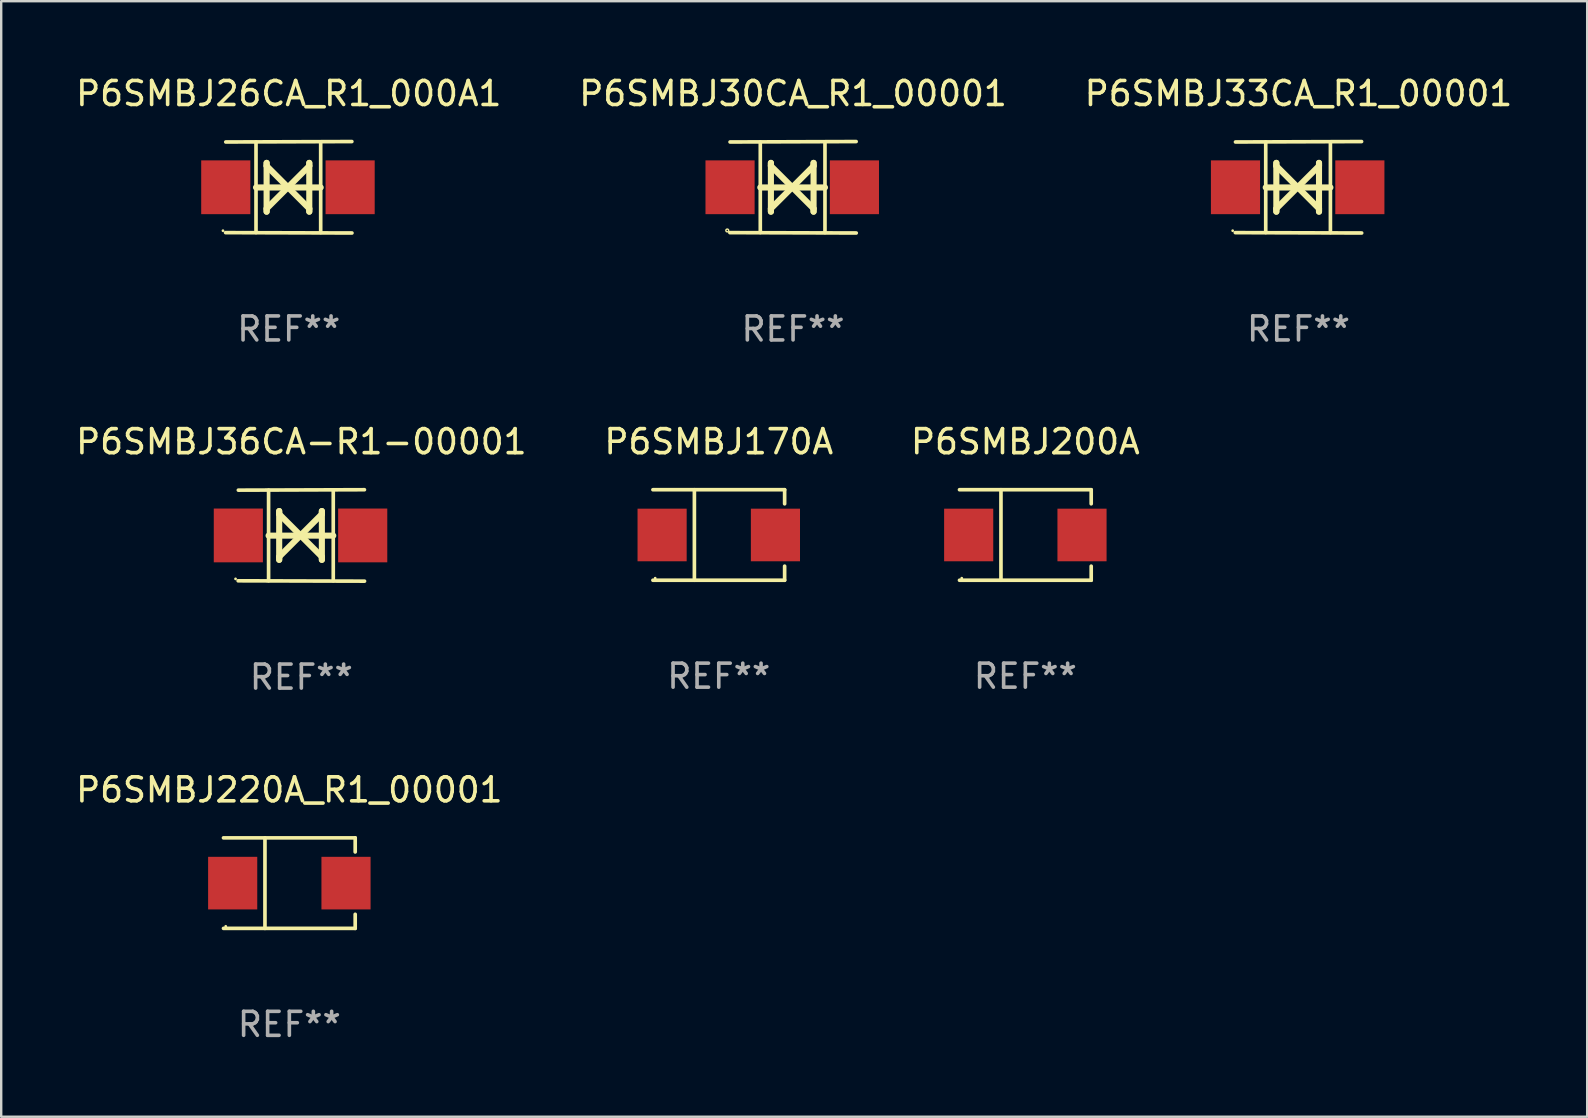
<source format=kicad_pcb>
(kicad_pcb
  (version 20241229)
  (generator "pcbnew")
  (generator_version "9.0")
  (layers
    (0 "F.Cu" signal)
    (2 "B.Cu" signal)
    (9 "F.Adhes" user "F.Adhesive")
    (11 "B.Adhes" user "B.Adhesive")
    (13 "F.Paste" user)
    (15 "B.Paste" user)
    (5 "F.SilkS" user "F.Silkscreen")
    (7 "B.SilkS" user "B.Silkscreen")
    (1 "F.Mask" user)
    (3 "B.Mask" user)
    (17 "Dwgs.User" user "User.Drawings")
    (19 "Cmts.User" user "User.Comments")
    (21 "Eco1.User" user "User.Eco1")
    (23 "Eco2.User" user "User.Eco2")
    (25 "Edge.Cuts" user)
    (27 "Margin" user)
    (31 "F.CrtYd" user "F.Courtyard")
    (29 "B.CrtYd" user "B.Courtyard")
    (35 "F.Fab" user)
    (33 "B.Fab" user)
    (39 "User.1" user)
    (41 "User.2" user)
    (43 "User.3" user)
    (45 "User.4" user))
  (footprint "P6SMBJ200A"
    (layer "F.Cu")
    (at 39.673 19.241)
    (property "Reference" "P6SMBJ200A" (at 0 -3.886 0) (layer "F.SilkS") (effects (font (size 1 1) (thickness 0.15))))
    (attr through_hole)
    (fp_line (start -2.744 -1.886) (end 2.744 -1.886) (stroke (width 0.152) (type solid)) (layer "F.SilkS"))
    (fp_line (start -2.744 1.886) (end 2.744 1.886) (stroke (width 0.152) (type solid)) (layer "F.SilkS"))
    (fp_line (start -1.016 -1.886) (end -1.016 1.886) (stroke (width 0.152) (type solid)) (layer "F.SilkS"))
    (fp_line (start 2.744 -1.886) (end 2.744 -1.299) (stroke (width 0.152) (type solid)) (layer "F.SilkS"))
    (fp_line (start 2.744 1.886) (end 2.744 1.299) (stroke (width 0.152) (type solid)) (layer "F.SilkS"))
    (fp_circle (center -2.65 1.8) (end -2.62 1.8) (stroke (width 0.06) (type solid)) (fill no) (layer "F.SilkS"))
    (fp_text user "REF**" (at 0 5.886 0) (layer "F.Fab") (effects (font (size 1 1) (thickness 0.15))))
    (pad "1" smd rect (at -2.361 0) (size 2.047 2.192) (layers "F.Cu" "F.Mask" "F.Paste"))
    (pad "2" smd rect (at 2.361 0) (size 2.047 2.192) (layers "F.Cu" "F.Mask" "F.Paste")))
  (footprint "P6SMBJ220A_R1_00001"
    (layer "F.Cu")
    (at 9.006 33.747)
    (property "Reference" "P6SMBJ220A_R1_00001" (at 0 -3.886 0) (layer "F.SilkS") (effects (font (size 1 1) (thickness 0.15))))
    (attr through_hole)
    (fp_line (start -2.744 -1.886) (end 2.744 -1.886) (stroke (width 0.152) (type solid)) (layer "F.SilkS"))
    (fp_line (start -2.744 1.886) (end 2.744 1.886) (stroke (width 0.152) (type solid)) (layer "F.SilkS"))
    (fp_line (start -1.016 -1.886) (end -1.016 1.886) (stroke (width 0.152) (type solid)) (layer "F.SilkS"))
    (fp_line (start 2.744 -1.886) (end 2.744 -1.299) (stroke (width 0.152) (type solid)) (layer "F.SilkS"))
    (fp_line (start 2.744 1.886) (end 2.744 1.299) (stroke (width 0.152) (type solid)) (layer "F.SilkS"))
    (fp_circle (center -2.65 1.8) (end -2.62 1.8) (stroke (width 0.06) (type solid)) (fill no) (layer "F.SilkS"))
    (fp_text user "REF**" (at 0 5.886 0) (layer "F.Fab") (effects (font (size 1 1) (thickness 0.15))))
    (pad "1" smd rect (at -2.361 0) (size 2.047 2.192) (layers "F.Cu" "F.Mask" "F.Paste"))
    (pad "2" smd rect (at 2.361 0) (size 2.047 2.192) (layers "F.Cu" "F.Mask" "F.Paste")))
  (footprint "P6SMBJ26CA_R1_000A1"
    (layer "F.Cu")
    (at 8.982 4.753)
    (property "Reference" "P6SMBJ26CA_R1_000A1" (at 0 -3.905 0) (layer "F.SilkS") (effects (font (size 1 1) (thickness 0.15))))
    (attr through_hole)
    (fp_line (start -1.365 1.886) (end -1.365 -1.886) (stroke (width 0.152) (type solid)) (layer "F.SilkS"))
    (fp_line (start -1.365 0.008) (end 1.33 0.008) (stroke (width 0.254) (type solid)) (layer "F.SilkS"))
    (fp_line (start -0.923 -1.016) (end -0.923 1.016) (stroke (width 0.254) (type solid)) (layer "F.SilkS"))
    (fp_line (start -0.923 -0.889) (end -0.923 -1.016) (stroke (width 0.254) (type solid)) (layer "F.SilkS"))
    (fp_line (start -0.923 0.889) (end -0.034 0) (stroke (width 0.254) (type solid)) (layer "F.SilkS"))
    (fp_line (start -0.923 1.016) (end -0.923 0.889) (stroke (width 0.254) (type solid)) (layer "F.SilkS"))
    (fp_line (start -0.034 0) (end -0.923 -0.889) (stroke (width 0.254) (type solid)) (layer "F.SilkS"))
    (fp_line (start -0.034 0) (end 0.855 0.889) (stroke (width 0.254) (type solid)) (layer "F.SilkS"))
    (fp_line (start 0.855 -1.016) (end 0.855 -0.889) (stroke (width 0.254) (type solid)) (layer "F.SilkS"))
    (fp_line (start 0.855 -0.889) (end -0.034 0) (stroke (width 0.254) (type solid)) (layer "F.SilkS"))
    (fp_line (start 0.855 0.889) (end 0.855 1.016) (stroke (width 0.254) (type solid)) (layer "F.SilkS"))
    (fp_line (start 0.855 1.016) (end 0.855 -1.016) (stroke (width 0.254) (type solid)) (layer "F.SilkS"))
    (fp_line (start 1.33 1.886) (end 1.33 -1.886) (stroke (width 0.152) (type solid)) (layer "F.SilkS"))
    (fp_line (start 2.629 -1.905) (end -2.625 -1.887) (stroke (width 0.152) (type solid)) (layer "F.SilkS"))
    (fp_line (start 2.633 1.905) (end -2.633 1.89) (stroke (width 0.152) (type solid)) (layer "F.SilkS"))
    (fp_circle (center -2.741 1.81) (end -2.711 1.81) (stroke (width 0.06) (type solid)) (fill no) (layer "F.SilkS"))
    (fp_text user "REF**" (at 0 5.905 0) (layer "F.Fab") (effects (font (size 1 1) (thickness 0.15))))
    (pad "1" smd rect (at -2.625 0) (size 2.047 2.241) (layers "F.Cu" "F.Mask" "F.Paste"))
    (pad "2" smd rect (at 2.557 0) (size 2.047 2.241) (layers "F.Cu" "F.Mask" "F.Paste")))
  (footprint "P6SMBJ33CA_R1_00001"
    (layer "F.Cu")
    (at 51.054 4.753)
    (property "Reference" "P6SMBJ33CA_R1_00001" (at 0 -3.905 0) (layer "F.SilkS") (effects (font (size 1 1) (thickness 0.15))))
    (attr through_hole)
    (fp_line (start -1.365 1.886) (end -1.365 -1.886) (stroke (width 0.152) (type solid)) (layer "F.SilkS"))
    (fp_line (start -1.365 0.008) (end 1.33 0.008) (stroke (width 0.254) (type solid)) (layer "F.SilkS"))
    (fp_line (start -0.923 -1.016) (end -0.923 1.016) (stroke (width 0.254) (type solid)) (layer "F.SilkS"))
    (fp_line (start -0.923 -0.889) (end -0.923 -1.016) (stroke (width 0.254) (type solid)) (layer "F.SilkS"))
    (fp_line (start -0.923 0.889) (end -0.034 0) (stroke (width 0.254) (type solid)) (layer "F.SilkS"))
    (fp_line (start -0.923 1.016) (end -0.923 0.889) (stroke (width 0.254) (type solid)) (layer "F.SilkS"))
    (fp_line (start -0.034 0) (end -0.923 -0.889) (stroke (width 0.254) (type solid)) (layer "F.SilkS"))
    (fp_line (start -0.034 0) (end 0.855 0.889) (stroke (width 0.254) (type solid)) (layer "F.SilkS"))
    (fp_line (start 0.855 -1.016) (end 0.855 -0.889) (stroke (width 0.254) (type solid)) (layer "F.SilkS"))
    (fp_line (start 0.855 -0.889) (end -0.034 0) (stroke (width 0.254) (type solid)) (layer "F.SilkS"))
    (fp_line (start 0.855 0.889) (end 0.855 1.016) (stroke (width 0.254) (type solid)) (layer "F.SilkS"))
    (fp_line (start 0.855 1.016) (end 0.855 -1.016) (stroke (width 0.254) (type solid)) (layer "F.SilkS"))
    (fp_line (start 1.33 1.886) (end 1.33 -1.886) (stroke (width 0.152) (type solid)) (layer "F.SilkS"))
    (fp_line (start 2.629 -1.905) (end -2.625 -1.887) (stroke (width 0.152) (type solid)) (layer "F.SilkS"))
    (fp_line (start 2.633 1.905) (end -2.633 1.89) (stroke (width 0.152) (type solid)) (layer "F.SilkS"))
    (fp_circle (center -2.741 1.81) (end -2.711 1.81) (stroke (width 0.06) (type solid)) (fill no) (layer "F.SilkS"))
    (fp_text user "REF**" (at 0 5.905 0) (layer "F.Fab") (effects (font (size 1 1) (thickness 0.15))))
    (pad "1" smd rect (at -2.625 0) (size 2.047 2.241) (layers "F.Cu" "F.Mask" "F.Paste"))
    (pad "2" smd rect (at 2.557 0) (size 2.047 2.241) (layers "F.Cu" "F.Mask" "F.Paste")))
  (footprint "P6SMBJ30CA_R1_00001"
    (layer "F.Cu")
    (at 29.994 4.753)
    (property "Reference" "P6SMBJ30CA_R1_00001" (at 0 -3.905 0) (layer "F.SilkS") (effects (font (size 1 1) (thickness 0.15))))
    (attr through_hole)
    (fp_line (start -1.365 1.886) (end -1.365 -1.886) (stroke (width 0.152) (type solid)) (layer "F.SilkS"))
    (fp_line (start -1.365 0.008) (end 1.33 0.008) (stroke (width 0.254) (type solid)) (layer "F.SilkS"))
    (fp_line (start -0.923 -1.016) (end -0.923 1.016) (stroke (width 0.254) (type solid)) (layer "F.SilkS"))
    (fp_line (start -0.923 -0.889) (end -0.923 -1.016) (stroke (width 0.254) (type solid)) (layer "F.SilkS"))
    (fp_line (start -0.923 0.889) (end -0.034 0) (stroke (width 0.254) (type solid)) (layer "F.SilkS"))
    (fp_line (start -0.923 1.016) (end -0.923 0.889) (stroke (width 0.254) (type solid)) (layer "F.SilkS"))
    (fp_line (start -0.034 0) (end -0.923 -0.889) (stroke (width 0.254) (type solid)) (layer "F.SilkS"))
    (fp_line (start -0.034 0) (end 0.855 0.889) (stroke (width 0.254) (type solid)) (layer "F.SilkS"))
    (fp_line (start 0.855 -1.016) (end 0.855 -0.889) (stroke (width 0.254) (type solid)) (layer "F.SilkS"))
    (fp_line (start 0.855 -0.889) (end -0.034 0) (stroke (width 0.254) (type solid)) (layer "F.SilkS"))
    (fp_line (start 0.855 0.889) (end 0.855 1.016) (stroke (width 0.254) (type solid)) (layer "F.SilkS"))
    (fp_line (start 0.855 1.016) (end 0.855 -1.016) (stroke (width 0.254) (type solid)) (layer "F.SilkS"))
    (fp_line (start 1.33 1.886) (end 1.33 -1.886) (stroke (width 0.152) (type solid)) (layer "F.SilkS"))
    (fp_line (start 2.629 -1.905) (end -2.625 -1.887) (stroke (width 0.152) (type solid)) (layer "F.SilkS"))
    (fp_line (start 2.633 1.905) (end -2.633 1.89) (stroke (width 0.152) (type solid)) (layer "F.SilkS"))
    (fp_circle (center -2.741 1.8) (end -2.712 1.8) (stroke (width 0.06) (type solid)) (fill no) (layer "F.SilkS"))
    (fp_text user "REF**" (at 0 5.905 0) (layer "F.Fab") (effects (font (size 1 1) (thickness 0.15))))
    (pad "1" smd rect (at -2.625 0) (size 2.047 2.241) (layers "F.Cu" "F.Mask" "F.Paste"))
    (pad "2" smd rect (at 2.557 0) (size 2.047 2.241) (layers "F.Cu" "F.Mask" "F.Paste")))
  (footprint "P6SMBJ170A"
    (layer "F.Cu")
    (at 26.899 19.241)
    (property "Reference" "P6SMBJ170A" (at 0 -3.886 0) (layer "F.SilkS") (effects (font (size 1 1) (thickness 0.15))))
    (attr through_hole)
    (fp_line (start -2.744 -1.886) (end 2.744 -1.886) (stroke (width 0.152) (type solid)) (layer "F.SilkS"))
    (fp_line (start -2.744 1.886) (end 2.744 1.886) (stroke (width 0.152) (type solid)) (layer "F.SilkS"))
    (fp_line (start -1.016 -1.886) (end -1.016 1.886) (stroke (width 0.152) (type solid)) (layer "F.SilkS"))
    (fp_line (start 2.744 -1.886) (end 2.744 -1.299) (stroke (width 0.152) (type solid)) (layer "F.SilkS"))
    (fp_line (start 2.744 1.886) (end 2.744 1.299) (stroke (width 0.152) (type solid)) (layer "F.SilkS"))
    (fp_circle (center -2.65 1.8) (end -2.62 1.8) (stroke (width 0.06) (type solid)) (fill no) (layer "F.SilkS"))
    (fp_text user "REF**" (at 0 5.886 0) (layer "F.Fab") (effects (font (size 1 1) (thickness 0.15))))
    (pad "1" smd rect (at -2.361 0) (size 2.047 2.192) (layers "F.Cu" "F.Mask" "F.Paste"))
    (pad "2" smd rect (at 2.361 0) (size 2.047 2.192) (layers "F.Cu" "F.Mask" "F.Paste")))
  (footprint "P6SMBJ36CA-R1-00001"
    (layer "F.Cu")
    (at 9.506 19.26)
    (property "Reference" "P6SMBJ36CA-R1-00001" (at 0 -3.905 0) (layer "F.SilkS") (effects (font (size 1 1) (thickness 0.15))))
    (attr through_hole)
    (fp_line (start -1.365 1.886) (end -1.365 -1.886) (stroke (width 0.152) (type solid)) (layer "F.SilkS"))
    (fp_line (start -1.365 0.008) (end 1.33 0.008) (stroke (width 0.254) (type solid)) (layer "F.SilkS"))
    (fp_line (start -0.923 -1.016) (end -0.923 1.016) (stroke (width 0.254) (type solid)) (layer "F.SilkS"))
    (fp_line (start -0.923 -0.889) (end -0.923 -1.016) (stroke (width 0.254) (type solid)) (layer "F.SilkS"))
    (fp_line (start -0.923 0.889) (end -0.034 0) (stroke (width 0.254) (type solid)) (layer "F.SilkS"))
    (fp_line (start -0.923 1.016) (end -0.923 0.889) (stroke (width 0.254) (type solid)) (layer "F.SilkS"))
    (fp_line (start -0.034 0) (end -0.923 -0.889) (stroke (width 0.254) (type solid)) (layer "F.SilkS"))
    (fp_line (start -0.034 0) (end 0.855 0.889) (stroke (width 0.254) (type solid)) (layer "F.SilkS"))
    (fp_line (start 0.855 -1.016) (end 0.855 -0.889) (stroke (width 0.254) (type solid)) (layer "F.SilkS"))
    (fp_line (start 0.855 -0.889) (end -0.034 0) (stroke (width 0.254) (type solid)) (layer "F.SilkS"))
    (fp_line (start 0.855 0.889) (end 0.855 1.016) (stroke (width 0.254) (type solid)) (layer "F.SilkS"))
    (fp_line (start 0.855 1.016) (end 0.855 -1.016) (stroke (width 0.254) (type solid)) (layer "F.SilkS"))
    (fp_line (start 1.33 1.886) (end 1.33 -1.886) (stroke (width 0.152) (type solid)) (layer "F.SilkS"))
    (fp_line (start 2.629 -1.905) (end -2.625 -1.887) (stroke (width 0.152) (type solid)) (layer "F.SilkS"))
    (fp_line (start 2.633 1.905) (end -2.633 1.89) (stroke (width 0.152) (type solid)) (layer "F.SilkS"))
    (fp_circle (center -2.741 1.81) (end -2.711 1.81) (stroke (width 0.06) (type solid)) (fill no) (layer "F.SilkS"))
    (fp_text user "REF**" (at 0 5.905 0) (layer "F.Fab") (effects (font (size 1 1) (thickness 0.15))))
    (pad "1" smd rect (at -2.625 0) (size 2.047 2.241) (layers "F.Cu" "F.Mask" "F.Paste"))
    (pad "2" smd rect (at 2.557 0) (size 2.047 2.241) (layers "F.Cu" "F.Mask" "F.Paste")))
  (gr_rect
    (start -3 -3)
    (end 63.083 43.482)
    (stroke (width 0.1) (type default))
    (fill no)
    (layer "Edge.Cuts")))
</source>
